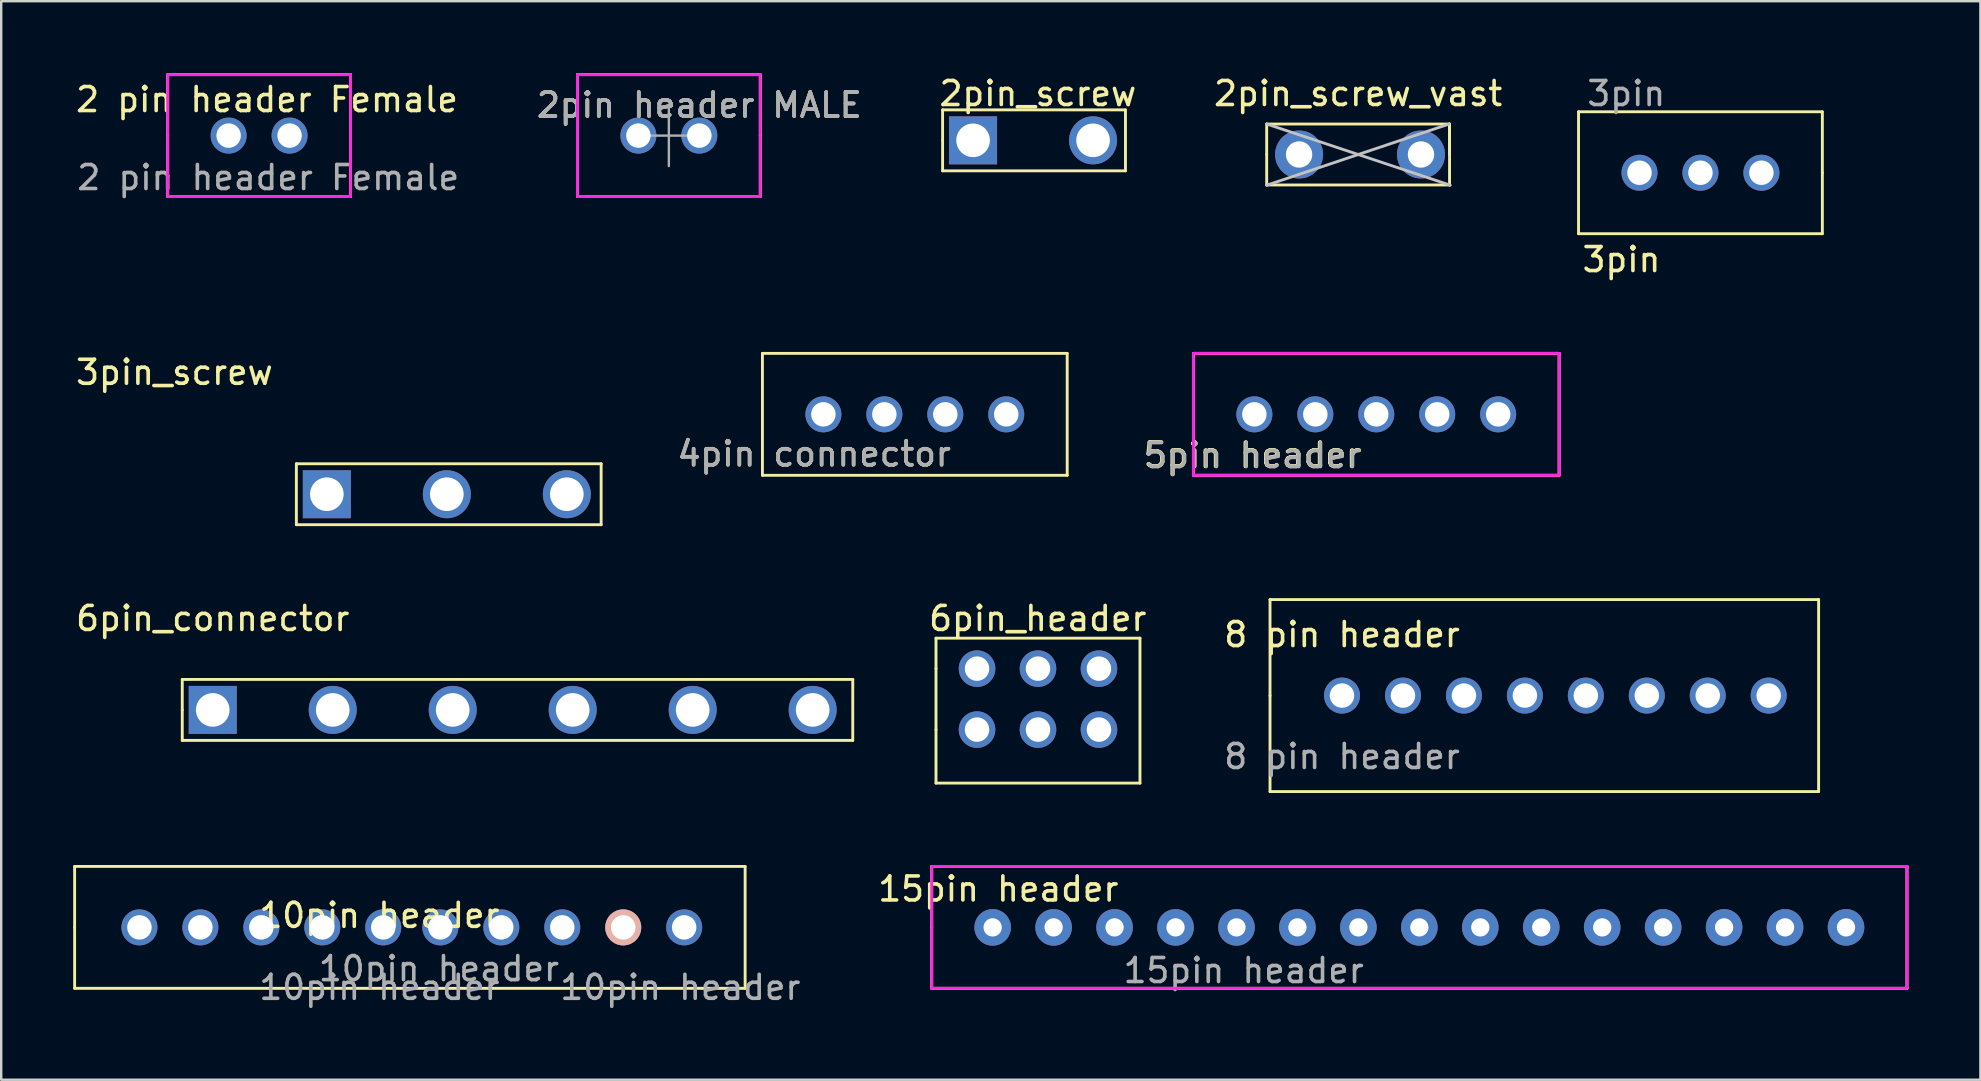
<source format=kicad_pcb>
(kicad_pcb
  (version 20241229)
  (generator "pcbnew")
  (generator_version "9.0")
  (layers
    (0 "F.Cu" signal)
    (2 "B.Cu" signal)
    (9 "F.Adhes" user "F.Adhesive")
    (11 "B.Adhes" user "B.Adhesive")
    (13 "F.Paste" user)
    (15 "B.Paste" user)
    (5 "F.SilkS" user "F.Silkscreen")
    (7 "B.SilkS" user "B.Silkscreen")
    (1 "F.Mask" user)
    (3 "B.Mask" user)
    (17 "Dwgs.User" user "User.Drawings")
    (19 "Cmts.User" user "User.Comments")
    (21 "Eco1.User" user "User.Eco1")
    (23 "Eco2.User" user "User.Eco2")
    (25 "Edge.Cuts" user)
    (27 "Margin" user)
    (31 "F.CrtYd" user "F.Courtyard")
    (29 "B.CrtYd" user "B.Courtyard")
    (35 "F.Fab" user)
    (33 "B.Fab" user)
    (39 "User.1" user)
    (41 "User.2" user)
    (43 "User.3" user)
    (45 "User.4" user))
  (footprint "10pin header"
    (layer "F.Cu")
    (at 12.76 35.595)
    (property "Reference" "10pin header" (at 0 -0.5 0) (unlocked yes) (layer "F.SilkS") (effects (font (size 1 1) (thickness 0.15))))
    (fp_line (start -12.7 -2.54) (end 15.24 -2.54) (stroke (width 0.12) (type solid)) (layer "F.SilkS"))
    (fp_line (start -12.7 0) (end -12.7 -2.54) (stroke (width 0.12) (type solid)) (layer "F.SilkS"))
    (fp_line (start -12.7 2.54) (end -12.7 0) (stroke (width 0.12) (type solid)) (layer "F.SilkS"))
    (fp_line (start 15.24 -2.54) (end 15.24 2.54) (stroke (width 0.12) (type solid)) (layer "F.SilkS"))
    (fp_line (start 15.24 2.54) (end -12.7 2.54) (stroke (width 0.12) (type solid)) (layer "F.SilkS"))
    (fp_text user "${REFERENCE}" (at 2.48 1.72 0) (unlocked yes) (layer "F.Fab") (effects (font (size 1 1) (thickness 0.15))))
    (fp_text user "${REFERENCE}" (at 0 2.5 0) (unlocked yes) (layer "F.Fab") (effects (font (size 1 1) (thickness 0.15))))
    (fp_text user "${REFERENCE}" (at 12.54 2.5 0) (unlocked yes) (layer "F.Fab") (effects (font (size 1 1) (thickness 0.15))))
    (pad "1" thru_hole circle (at -10 0) (size 1.5 1.5) (drill 1.02) (layers "*.Cu" "*.Mask"))
    (pad "2" thru_hole circle (at -7.46 0) (size 1.5 1.5) (drill 1.02) (layers "*.Cu" "*.Mask"))
    (pad "3" thru_hole circle (at -4.92 0) (size 1.5 1.5) (drill 1.02) (layers "*.Cu" "*.Mask"))
    (pad "4" thru_hole circle (at -2.38 0) (size 1.5 1.5) (drill 1.02) (layers "*.Cu" "*.Mask"))
    (pad "5" thru_hole circle (at 0.16 0) (size 1.5 1.5) (drill 1.02) (layers "*.Cu" "*.Mask"))
    (pad "6" thru_hole circle (at 2.54 0) (size 1.5 1.5) (drill 1.02) (layers "*.Cu" "*.Mask"))
    (pad "7" thru_hole circle (at 5.08 0) (size 1.5 1.5) (drill 1.02) (layers "*.Cu" "*.Mask"))
    (pad "8" thru_hole circle (at 7.62 0) (size 1.5 1.5) (drill 1.02) (layers "*.Cu" "*.Mask"))
    (pad "9" thru_hole circle (at 10.16 0) (size 1.5 1.5) (drill 1.02) (layers "*.Cu" "*.Mask" "B.SilkS"))
    (pad "10" thru_hole circle (at 12.7 0) (size 1.5 1.5) (drill 1.02) (layers "*.Cu" "*.Mask")))
  (footprint "6pin_header"
    (layer "F.Cu")
    (at 40.204 26.568)
    (property "Reference" "6pin_header" (at -0.01 -3.845 0) (layer "F.SilkS") (effects (font (size 1 1) (thickness 0.15))))
    (fp_line (start -4.25 -3.025) (end 4.25 -3.025) (stroke (width 0.12) (type solid)) (layer "F.SilkS"))
    (fp_line (start -4.25 -1.755) (end -4.25 -3.025) (stroke (width 0.12) (type solid)) (layer "F.SilkS"))
    (fp_line (start -4.25 0.785) (end -4.25 -1.755) (stroke (width 0.12) (type solid)) (layer "F.SilkS"))
    (fp_line (start -4.25 3.015) (end -4.25 0.785) (stroke (width 0.12) (type solid)) (layer "F.SilkS"))
    (fp_line (start 4.25 -3.025) (end 4.25 3.015) (stroke (width 0.12) (type solid)) (layer "F.SilkS"))
    (fp_line (start 4.25 3.015) (end -4.25 3.015) (stroke (width 0.12) (type solid)) (layer "F.SilkS"))
    (pad "1" thru_hole circle (at -2.54 -1.755) (size 1.524 1.524) (drill 1.02) (layers "*.Cu" "*.Mask"))
    (pad "2" thru_hole circle (at 0 -1.755) (size 1.524 1.524) (drill 1.02) (layers "*.Cu" "*.Mask"))
    (pad "3" thru_hole circle (at 2.54 -1.755) (size 1.524 1.524) (drill 1.02) (layers "*.Cu" "*.Mask"))
    (pad "4" thru_hole circle (at 2.54 0.785) (size 1.524 1.524) (drill 1.02) (layers "*.Cu" "*.Mask"))
    (pad "5" thru_hole circle (at 0 0.785) (size 1.524 1.524) (drill 1.02) (layers "*.Cu" "*.Mask"))
    (pad "6" thru_hole circle (at -2.54 0.785) (size 1.524 1.524) (drill 1.02) (layers "*.Cu" "*.Mask")))
  (footprint "2pin_screw_vast"
    (layer "F.Cu")
    (at 53.534 3.393)
    (property "Reference" "2pin_screw_vast" (at 0.01 -2.545 0) (layer "F.SilkS") (effects (font (size 1 1) (thickness 0.15))))
    (fp_line (start -3.8 -1.275) (end 3.82 -1.275) (stroke (width 0.12) (type solid)) (layer "F.SilkS"))
    (fp_line (start -3.8 -0.005) (end -3.8 -1.275) (stroke (width 0.12) (type solid)) (layer "F.SilkS"))
    (fp_line (start -3.8 1.265) (end -3.8 -0.005) (stroke (width 0.12) (type solid)) (layer "F.SilkS"))
    (fp_line (start -3.8 1.265) (end 3.82 1.265) (stroke (width 0.12) (type solid)) (layer "F.SilkS"))
    (fp_line (start 3.82 -1.275) (end 3.82 1.265) (stroke (width 0.12) (type solid)) (layer "F.SilkS"))
    (fp_line (start 3.82 -0.005) (end 3.82 -1.275) (stroke (width 0.12) (type solid)) (layer "F.SilkS"))
    (fp_line (start -3.8 -1.275) (end 3.85 1.275) (stroke (width 0.12) (type solid)) (layer "Dwgs.User"))
    (fp_line (start 3.8 -1.275) (end -3.8 1.275) (stroke (width 0.12) (type solid)) (layer "Dwgs.User"))
    (pad "1" thru_hole circle (at -2.45 -0.005) (size 2 2) (drill 1.1) (layers "*.Cu" "*.Mask"))
    (pad "2" thru_hole circle (at 2.63 -0.005) (size 2 2) (drill 1.1) (layers "*.Cu" "*.Mask")))
  (footprint "4pin connector"
    (layer "F.Cu")
    (at 35.046 14.201)
    (property "Reference" "4pin connector" (at -4.17 1.66 0) (unlocked yes) (layer "F.SilkS") (effects (font (size 1 1) (thickness 0.15))))
    (fp_line (start -6.325 -2.525) (end 6.375 -2.525) (stroke (width 0.12) (type solid)) (layer "F.SilkS"))
    (fp_line (start -6.325 2.555) (end -6.325 -2.525) (stroke (width 0.12) (type solid)) (layer "F.SilkS"))
    (fp_line (start 6.375 -2.525) (end 6.375 2.555) (stroke (width 0.12) (type solid)) (layer "F.SilkS"))
    (fp_line (start 6.375 2.555) (end -6.325 2.555) (stroke (width 0.12) (type solid)) (layer "F.SilkS"))
    (fp_text user "${REFERENCE}" (at -4.166 1.666 0) (unlocked yes) (layer "F.Fab") (effects (font (size 1 1) (thickness 0.15))))
    (pad "1" thru_hole circle (at -3.785 0.015) (size 1.5 1.5) (drill 1.02) (layers "*.Cu" "*.Mask"))
    (pad "2" thru_hole circle (at -1.245 0.015) (size 1.5 1.5) (drill 1.02) (layers "*.Cu" "*.Mask"))
    (pad "3" thru_hole circle (at 1.295 0.015) (size 1.5 1.5) (drill 1.02) (layers "*.Cu" "*.Mask"))
    (pad "4" thru_hole circle (at 3.835 0.015) (size 1.5 1.5) (drill 1.02) (layers "*.Cu" "*.Mask")))
  (footprint "5pin header"
    (layer "F.Cu")
    (at 54.33 14.226)
    (property "Reference" "5pin header" (at -5.17 1.69 0) (unlocked yes) (layer "F.SilkS") (effects (font (size 1 1) (thickness 0.15))))
    (fp_line (start -7.65 -2.55) (end 7.59 -2.55) (stroke (width 0.12) (type solid)) (layer "F.SilkS"))
    (fp_line (start -7.65 -0.01) (end -7.65 -2.55) (stroke (width 0.12) (type solid)) (layer "F.SilkS"))
    (fp_line (start -7.65 2.53) (end -7.65 -0.01) (stroke (width 0.12) (type solid)) (layer "F.SilkS"))
    (fp_line (start 7.59 -2.55) (end 7.59 2.53) (stroke (width 0.12) (type solid)) (layer "F.SilkS"))
    (fp_line (start 7.59 2.53) (end -7.65 2.53) (stroke (width 0.12) (type solid)) (layer "F.SilkS"))
    (fp_line (start -7.65 -2.55) (end 7.59 -2.55) (stroke (width 0.12) (type solid)) (layer "F.CrtYd"))
    (fp_line (start -7.65 2.53) (end -7.65 -2.55) (stroke (width 0.12) (type solid)) (layer "F.CrtYd"))
    (fp_line (start 7.59 -2.55) (end 7.59 2.53) (stroke (width 0.12) (type solid)) (layer "F.CrtYd"))
    (fp_line (start 7.59 2.53) (end -7.65 2.53) (stroke (width 0.12) (type solid)) (layer "F.CrtYd"))
    (fp_text user "${REFERENCE}" (at -5.2 1.7 0) (unlocked yes) (layer "F.SilkS") (effects (font (size 1 1) (thickness 0.15))))
    (fp_text user "${REFERENCE}" (at -5.17 1.71 0) (unlocked yes) (layer "F.Fab") (effects (font (size 1 1) (thickness 0.15))))
    (pad "1" thru_hole circle (at -5.11 -0.01) (size 1.5 1.5) (drill 1.02) (layers "*.Cu" "*.Mask"))
    (pad "2" thru_hole circle (at -2.57 -0.01) (size 1.5 1.5) (drill 1.02) (layers "*.Cu" "*.Mask"))
    (pad "3" thru_hole circle (at -0.03 -0.01) (size 1.5 1.5) (drill 1.02) (layers "*.Cu" "*.Mask"))
    (pad "4" thru_hole circle (at 2.51 -0.01) (size 1.5 1.5) (drill 1.02) (layers "*.Cu" "*.Mask"))
    (pad "5" thru_hole circle (at 5.05 -0.01) (size 1.5 1.5) (drill 1.02) (layers "*.Cu" "*.Mask")))
  (footprint "3pin_screw"
    (layer "F.Cu")
    (at 15.645 17.54)
    (property "Reference" "3pin_screw" (at -11.425 -5.075 0) (layer "F.SilkS") (effects (font (size 1 1) (thickness 0.15))))
    (fp_line (start -6.345 -1.265) (end 6.355 -1.265) (stroke (width 0.12) (type solid)) (layer "F.SilkS"))
    (fp_line (start -6.345 1.275) (end -6.345 -1.265) (stroke (width 0.12) (type solid)) (layer "F.SilkS"))
    (fp_line (start 6.355 -1.265) (end 6.355 1.275) (stroke (width 0.12) (type solid)) (layer "F.SilkS"))
    (fp_line (start 6.355 1.275) (end -6.345 1.275) (stroke (width 0.12) (type solid)) (layer "F.SilkS"))
    (pad "1" thru_hole rect (at -5.075 0.005) (size 2 2) (drill 1.4) (layers "*.Cu" "*.Mask"))
    (pad "2" thru_hole circle (at -0.075 0.005) (size 2 2) (drill 1.4) (layers "*.Cu" "*.Mask"))
    (pad "3" thru_hole circle (at 4.925 0.005) (size 2 2) (drill 1.4) (layers "*.Cu" "*.Mask")))
  (footprint "3pin"
    (layer "F.Cu")
    (at 67.809 4.148)
    (property "Reference" "3pin" (at -3.29 3.62 0) (unlocked yes) (layer "F.SilkS") (effects (font (size 1 1) (thickness 0.15))))
    (fp_line (start -5.08 -2.54) (end -5.08 2.54) (stroke (width 0.12) (type solid)) (layer "F.SilkS"))
    (fp_line (start -5.08 2.54) (end 5.08 2.54) (stroke (width 0.12) (type solid)) (layer "F.SilkS"))
    (fp_line (start 5.08 -2.54) (end -5.08 -2.54) (stroke (width 0.12) (type solid)) (layer "F.SilkS"))
    (fp_line (start 5.08 0) (end 5.08 -2.54) (stroke (width 0.12) (type solid)) (layer "F.SilkS"))
    (fp_line (start 5.08 2.54) (end 5.08 0) (stroke (width 0.12) (type solid)) (layer "F.SilkS"))
    (fp_text user "${REFERENCE}" (at -3.09 -3.3 0) (unlocked yes) (layer "F.Fab") (effects (font (size 1 1) (thickness 0.15))))
    (pad "1" thru_hole circle (at -2.54 0) (size 1.5 1.5) (drill 1.02) (layers "*.Cu" "*.Mask"))
    (pad "2" thru_hole circle (at 0 0) (size 1.5 1.5) (drill 1.02) (layers "*.Cu" "*.Mask"))
    (pad "3" thru_hole circle (at 2.54 0) (size 1.5 1.5) (drill 1.02) (layers "*.Cu" "*.Mask")))
  (footprint "6pin_connector"
    (layer "F.Cu")
    (at 18.47 26.538)
    (property "Reference" "6pin_connector" (at -12.655 -3.815 0) (layer "F.SilkS") (effects (font (size 1 1) (thickness 0.15))))
    (fp_line (start -13.925 -1.275) (end 14.015 -1.275) (stroke (width 0.12) (type solid)) (layer "F.SilkS"))
    (fp_line (start -13.925 -0.005) (end -13.925 -1.275) (stroke (width 0.12) (type solid)) (layer "F.SilkS"))
    (fp_line (start -13.925 1.265) (end -13.925 -0.005) (stroke (width 0.12) (type solid)) (layer "F.SilkS"))
    (fp_line (start 14.015 -1.275) (end 14.015 1.265) (stroke (width 0.12) (type solid)) (layer "F.SilkS"))
    (fp_line (start 14.015 1.265) (end -13.925 1.265) (stroke (width 0.12) (type solid)) (layer "F.SilkS"))
    (pad "1" thru_hole rect (at -12.655 -0.005) (size 2 2) (drill 1.4) (layers "*.Cu" "*.Mask"))
    (pad "2" thru_hole circle (at -7.655 -0.005) (size 2 2) (drill 1.4) (layers "*.Cu" "*.Mask"))
    (pad "3" thru_hole circle (at -2.655 -0.005) (size 2 2) (drill 1.4) (layers "*.Cu" "*.Mask"))
    (pad "4" thru_hole circle (at 2.345 -0.005) (size 2 2) (drill 1.4) (layers "*.Cu" "*.Mask"))
    (pad "5" thru_hole circle (at 7.345 -0.005) (size 2 2) (drill 1.4) (layers "*.Cu" "*.Mask"))
    (pad "6" thru_hole circle (at 12.345 -0.005) (size 2 2) (drill 1.4) (layers "*.Cu" "*.Mask")))
  (footprint "8 pin header"
    (layer "F.Cu")
    (at 67.873 25.935)
    (property "Reference" "8 pin header" (at -15 -2.54 0) (unlocked yes) (layer "F.SilkS") (effects (font (size 1 1) (thickness 0.15))))
    (fp_line (start -18 -4) (end 4.86 -4) (stroke (width 0.12) (type solid)) (layer "F.SilkS"))
    (fp_line (start -18 0) (end -18 -4) (stroke (width 0.12) (type solid)) (layer "F.SilkS"))
    (fp_line (start -18 4) (end -18 0) (stroke (width 0.12) (type solid)) (layer "F.SilkS"))
    (fp_line (start 4.86 -4) (end 4.86 4) (stroke (width 0.12) (type solid)) (layer "F.SilkS"))
    (fp_line (start 4.86 4) (end -18 4) (stroke (width 0.12) (type solid)) (layer "F.SilkS"))
    (fp_text user "${REFERENCE}" (at -15 2.54 0) (unlocked yes) (layer "F.Fab") (effects (font (size 1 1) (thickness 0.15))))
    (pad "1" thru_hole circle (at -15 0) (size 1.5 1.5) (drill 1.02) (layers "*.Cu" "*.Mask"))
    (pad "2" thru_hole circle (at -12.46 0) (size 1.5 1.5) (drill 1.02) (layers "*.Cu" "*.Mask"))
    (pad "3" thru_hole circle (at -9.92 0) (size 1.5 1.5) (drill 1.02) (layers "*.Cu" "*.Mask"))
    (pad "4" thru_hole circle (at -7.38 0) (size 1.5 1.5) (drill 1.02) (layers "*.Cu" "*.Mask"))
    (pad "5" thru_hole circle (at -4.84 0) (size 1.5 1.5) (drill 1.02) (layers "*.Cu" "*.Mask"))
    (pad "6" thru_hole circle (at -2.3 0) (size 1.5 1.5) (drill 1.02) (layers "*.Cu" "*.Mask"))
    (pad "7" thru_hole circle (at 0.24 0) (size 1.5 1.5) (drill 1.02) (layers "*.Cu" "*.Mask"))
    (pad "8" thru_hole circle (at 2.78 0) (size 1.5 1.5) (drill 1.02) (layers "*.Cu" "*.Mask")))
  (footprint "15pin header"
    (layer "F.Cu")
    (at 56.285 35.605)
    (property "Reference" "15pin header" (at -17.735 -1.61 0) (unlocked yes) (layer "F.SilkS") (effects (font (size 1 1) (thickness 0.15))))
    (fp_line (start -20.51 -2.55) (end 20.13 -2.55) (stroke (width 0.12) (type solid)) (layer "F.SilkS"))
    (fp_line (start -20.51 -0.01) (end -20.51 -2.55) (stroke (width 0.12) (type solid)) (layer "F.SilkS"))
    (fp_line (start -20.51 2.53) (end -20.51 -0.01) (stroke (width 0.12) (type solid)) (layer "F.SilkS"))
    (fp_line (start 20.13 -2.55) (end 20.13 2.53) (stroke (width 0.12) (type solid)) (layer "F.SilkS"))
    (fp_line (start 20.13 2.53) (end -20.51 2.53) (stroke (width 0.12) (type solid)) (layer "F.SilkS"))
    (fp_line (start -20.51 -2.55) (end 20.13 -2.55) (stroke (width 0.12) (type solid)) (layer "F.CrtYd"))
    (fp_line (start -20.51 2.53) (end -20.51 -2.55) (stroke (width 0.12) (type solid)) (layer "F.CrtYd"))
    (fp_line (start 20.13 -2.55) (end 20.13 2.53) (stroke (width 0.12) (type solid)) (layer "F.CrtYd"))
    (fp_line (start 20.13 2.53) (end -20.51 2.53) (stroke (width 0.12) (type solid)) (layer "F.CrtYd"))
    (fp_text user "${REFERENCE}" (at -7.51 1.79 0) (unlocked yes) (layer "F.Fab") (effects (font (size 1 1) (thickness 0.15))))
    (pad "1" thru_hole circle (at -17.97 -0.01) (size 1.524 1.524) (drill 0.762) (layers "*.Cu" "*.Mask"))
    (pad "2" thru_hole circle (at -15.43 -0.01) (size 1.524 1.524) (drill 0.762) (layers "*.Cu" "*.Mask"))
    (pad "3" thru_hole circle (at -12.89 -0.01) (size 1.524 1.524) (drill 0.762) (layers "*.Cu" "*.Mask"))
    (pad "4" thru_hole circle (at -10.35 -0.01) (size 1.524 1.524) (drill 0.762) (layers "*.Cu" "*.Mask"))
    (pad "5" thru_hole circle (at -7.81 -0.01) (size 1.524 1.524) (drill 0.762) (layers "*.Cu" "*.Mask"))
    (pad "6" thru_hole circle (at -5.27 -0.01) (size 1.524 1.524) (drill 0.762) (layers "*.Cu" "*.Mask"))
    (pad "7" thru_hole circle (at -2.73 -0.01) (size 1.524 1.524) (drill 0.762) (layers "*.Cu" "*.Mask"))
    (pad "8" thru_hole circle (at -0.19 -0.01) (size 1.524 1.524) (drill 0.762) (layers "*.Cu" "*.Mask"))
    (pad "9" thru_hole circle (at 2.35 -0.01) (size 1.524 1.524) (drill 0.762) (layers "*.Cu" "*.Mask"))
    (pad "10" thru_hole circle (at 4.89 -0.01) (size 1.524 1.524) (drill 0.762) (layers "*.Cu" "*.Mask"))
    (pad "11" thru_hole circle (at 7.43 -0.01) (size 1.524 1.524) (drill 0.762) (layers "*.Cu" "*.Mask"))
    (pad "12" thru_hole circle (at 9.97 -0.01) (size 1.524 1.524) (drill 0.762) (layers "*.Cu" "*.Mask"))
    (pad "13" thru_hole circle (at 12.51 -0.01) (size 1.524 1.524) (drill 0.762) (layers "*.Cu" "*.Mask"))
    (pad "14" thru_hole circle (at 15.05 -0.01) (size 1.524 1.524) (drill 0.762) (layers "*.Cu" "*.Mask"))
    (pad "15" thru_hole circle (at 17.59 -0.01) (size 1.524 1.524) (drill 0.762) (layers "*.Cu" "*.Mask")))
  (footprint "2pin_screw"
    (layer "F.Cu")
    (at 40.054 2.803)
    (property "Reference" "2pin_screw" (at 0.145 -1.955 0) (layer "F.SilkS") (effects (font (size 1 1) (thickness 0.15))))
    (attr through_hole)
    (fp_line (start -3.825 -1.275) (end 3.795 -1.275) (stroke (width 0.12) (type solid)) (layer "F.SilkS"))
    (fp_line (start -3.825 -0.005) (end -3.825 -1.275) (stroke (width 0.12) (type solid)) (layer "F.SilkS"))
    (fp_line (start -3.825 1.265) (end -3.825 -0.005) (stroke (width 0.12) (type solid)) (layer "F.SilkS"))
    (fp_line (start 3.795 -1.275) (end 3.795 1.265) (stroke (width 0.12) (type solid)) (layer "F.SilkS"))
    (fp_line (start 3.795 1.265) (end -3.825 1.265) (stroke (width 0.12) (type solid)) (layer "F.SilkS"))
    (pad "1" thru_hole rect (at -2.555 -0.005) (size 2 2) (drill 1.4) (layers "*.Cu" "*.Mask"))
    (pad "2" thru_hole circle (at 2.445 -0.005) (size 2 2) (drill 1.4) (layers "*.Cu" "*.Mask")))
  (footprint "2 pin header Female"
    (layer "F.Cu")
    (at 6.477 2.6)
    (property "Reference" "2 pin header Female" (at 1.6 -1.5 0) (unlocked yes) (layer "F.SilkS") (effects (font (size 1 1) (thickness 0.15))))
    (fp_line (start -2.54 -2.54) (end 5.08 -2.54) (stroke (width 0.12) (type solid)) (layer "F.SilkS"))
    (fp_line (start -2.54 0) (end -2.54 -2.54) (stroke (width 0.12) (type solid)) (layer "F.SilkS"))
    (fp_line (start -2.54 2.54) (end -2.54 0) (stroke (width 0.12) (type solid)) (layer "F.SilkS"))
    (fp_line (start 5.08 -2.54) (end 5.08 0) (stroke (width 0.12) (type solid)) (layer "F.SilkS"))
    (fp_line (start 5.08 0) (end 5.08 2.54) (stroke (width 0.12) (type solid)) (layer "F.SilkS"))
    (fp_line (start 5.08 2.54) (end -2.54 2.54) (stroke (width 0.12) (type solid)) (layer "F.SilkS"))
    (fp_line (start -2.54 -2.54) (end 5.08 -2.54) (stroke (width 0.12) (type solid)) (layer "F.CrtYd"))
    (fp_line (start -2.54 2.54) (end -2.54 -2.54) (stroke (width 0.12) (type solid)) (layer "F.CrtYd"))
    (fp_line (start 5.08 -2.54) (end 5.08 2.54) (stroke (width 0.12) (type solid)) (layer "F.CrtYd"))
    (fp_line (start 5.08 2.54) (end -2.54 2.54) (stroke (width 0.12) (type solid)) (layer "F.CrtYd"))
    (fp_text user "${REFERENCE}" (at 1.65 1.75 0) (unlocked yes) (layer "F.Fab") (effects (font (size 1 1) (thickness 0.15))))
    (pad "1" thru_hole circle (at 0 0) (size 1.5 1.5) (drill 1.02) (layers "*.Cu" "*.Mask"))
    (pad "2" thru_hole circle (at 2.54 0) (size 1.5 1.5) (drill 1.02) (layers "*.Cu" "*.Mask")))
  (footprint "2pin header MALE"
    (layer "F.Cu")
    (at 26.092 2.6)
    (property "Reference" "2pin header MALE" (at 0 -1.27 0) (unlocked yes) (layer "F.SilkS") (effects (font (size 1 1) (thickness 0.15))))
    (attr through_hole)
    (fp_line (start -5.08 -2.54) (end 2.54 -2.54) (stroke (width 0.12) (type solid)) (layer "F.SilkS"))
    (fp_line (start -5.08 0) (end -5.08 -2.54) (stroke (width 0.12) (type solid)) (layer "F.SilkS"))
    (fp_line (start -5.08 2.54) (end -5.08 0) (stroke (width 0.12) (type solid)) (layer "F.SilkS"))
    (fp_line (start 2.54 -2.54) (end 2.54 0) (stroke (width 0.12) (type solid)) (layer "F.SilkS"))
    (fp_line (start 2.54 0) (end 2.54 2.54) (stroke (width 0.12) (type solid)) (layer "F.SilkS"))
    (fp_line (start 2.54 2.54) (end -5.08 2.54) (stroke (width 0.12) (type solid)) (layer "F.SilkS"))
    (fp_line (start -5.08 -2.54) (end 2.54 -2.54) (stroke (width 0.12) (type solid)) (layer "F.CrtYd"))
    (fp_line (start -5.08 2.54) (end -5.08 -2.54) (stroke (width 0.12) (type solid)) (layer "F.CrtYd"))
    (fp_line (start 2.54 -2.54) (end 2.54 2.54) (stroke (width 0.12) (type solid)) (layer "F.CrtYd"))
    (fp_line (start 2.54 2.54) (end -5.08 2.54) (stroke (width 0.12) (type solid)) (layer "F.CrtYd"))
    (fp_line (start -2.54 0) (end -1.27 0) (stroke (width 0.1) (type default)) (layer "F.Fab"))
    (fp_line (start -1.27 -1.27) (end -1.27 0) (stroke (width 0.1) (type default)) (layer "F.Fab"))
    (fp_line (start -1.27 1.27) (end -1.27 0) (stroke (width 0.1) (type default)) (layer "F.Fab"))
    (fp_line (start 0 0) (end -1.27 0) (stroke (width 0.1) (type default)) (layer "F.Fab"))
    (fp_text user "${REFERENCE}" (at 0 -1.27 0) (unlocked yes) (layer "F.Fab") (effects (font (size 1 1) (thickness 0.15))))
    (fp_text user "${REFERENCE}" (at 0 -1.27 0) (unlocked yes) (layer "F.Fab") (effects (font (size 1 1) (thickness 0.15))))
    (pad "1" thru_hole circle (at -2.54 0) (size 1.5 1.5) (drill 1.02) (layers "*.Cu" "*.Mask"))
    (pad "2" thru_hole circle (at 0 0) (size 1.5 1.5) (drill 1.02) (layers "*.Cu" "*.Mask")))
  (gr_rect
    (start -3 -3)
    (end 79.475 41.943)
    (stroke (width 0.1) (type default))
    (fill no)
    (layer "Edge.Cuts")))
</source>
